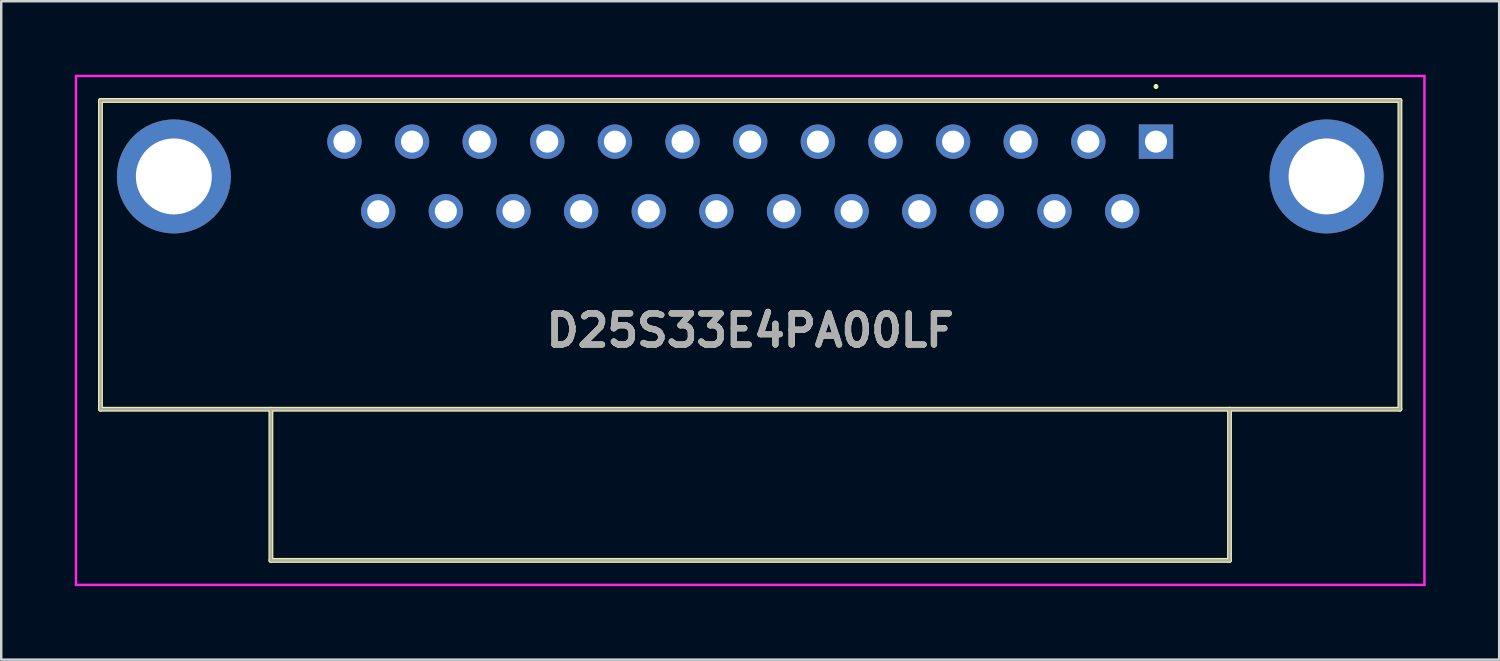
<source format=kicad_pcb>
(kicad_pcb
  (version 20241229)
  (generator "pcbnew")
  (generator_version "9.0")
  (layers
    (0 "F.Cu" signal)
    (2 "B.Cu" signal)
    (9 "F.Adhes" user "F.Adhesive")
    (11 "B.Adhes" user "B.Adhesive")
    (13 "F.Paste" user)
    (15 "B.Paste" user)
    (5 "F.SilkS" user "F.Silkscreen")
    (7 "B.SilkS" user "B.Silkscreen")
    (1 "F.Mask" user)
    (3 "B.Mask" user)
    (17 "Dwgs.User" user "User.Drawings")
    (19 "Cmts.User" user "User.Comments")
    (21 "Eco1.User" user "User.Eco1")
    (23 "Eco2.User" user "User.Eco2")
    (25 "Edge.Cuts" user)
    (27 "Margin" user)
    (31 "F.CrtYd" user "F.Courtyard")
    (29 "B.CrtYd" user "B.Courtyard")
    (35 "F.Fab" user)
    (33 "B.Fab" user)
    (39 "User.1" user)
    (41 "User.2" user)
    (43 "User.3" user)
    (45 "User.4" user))
  (footprint "D25S33E4PA00LF"
    (layer "F.Cu")
    (at 44.125 2.73)
    (property "Reference" "D25S33E4PA00LF" (at -16.56 7.705 0) (layer "F.SilkS") (effects (font (size 1.27 1.27) (thickness 0.254))))
    (attr through_hole)
    (fp_line (start -43.075 -1.68) (end 9.955 -1.68) (stroke (width 0.2) (type solid)) (layer "F.SilkS"))
    (fp_line (start -43.075 10.92) (end -43.075 -1.68) (stroke (width 0.2) (type solid)) (layer "F.SilkS"))
    (fp_line (start -36.12 10.92) (end -36.12 17.09) (stroke (width 0.2) (type solid)) (layer "F.SilkS"))
    (fp_line (start -36.12 17.09) (end 3 17.09) (stroke (width 0.2) (type solid)) (layer "F.SilkS"))
    (fp_line (start 0 -2.3) (end 0 -2.3) (stroke (width 0.1) (type solid)) (layer "F.SilkS"))
    (fp_line (start 0 -2.2) (end 0 -2.2) (stroke (width 0.1) (type solid)) (layer "F.SilkS"))
    (fp_line (start 3 17.09) (end 3 10.92) (stroke (width 0.2) (type solid)) (layer "F.SilkS"))
    (fp_line (start 9.955 -1.68) (end 9.955 10.92) (stroke (width 0.2) (type solid)) (layer "F.SilkS"))
    (fp_line (start 9.955 10.92) (end -43.075 10.92) (stroke (width 0.2) (type solid)) (layer "F.SilkS"))
    (fp_arc (start 0 -2.3) (mid 0.05 -2.25) (end 0 -2.2) (stroke (width 0.1) (type solid)) (layer "F.SilkS"))
    (fp_arc (start 0 -2.2) (mid -0.05 -2.25) (end 0 -2.3) (stroke (width 0.1) (type solid)) (layer "F.SilkS"))
    (fp_line (start -44.075 -2.68) (end 10.955 -2.68) (stroke (width 0.1) (type solid)) (layer "F.CrtYd"))
    (fp_line (start -44.075 18.09) (end -44.075 -2.68) (stroke (width 0.1) (type solid)) (layer "F.CrtYd"))
    (fp_line (start 10.955 -2.68) (end 10.955 18.09) (stroke (width 0.1) (type solid)) (layer "F.CrtYd"))
    (fp_line (start 10.955 18.09) (end -44.075 18.09) (stroke (width 0.1) (type solid)) (layer "F.CrtYd"))
    (fp_line (start -43.075 -1.68) (end 9.955 -1.68) (stroke (width 0.1) (type solid)) (layer "F.Fab"))
    (fp_line (start -43.075 10.92) (end -43.075 -1.68) (stroke (width 0.1) (type solid)) (layer "F.Fab"))
    (fp_line (start -36.12 10.92) (end -36.12 17.09) (stroke (width 0.1) (type solid)) (layer "F.Fab"))
    (fp_line (start -36.12 17.09) (end 3 17.09) (stroke (width 0.1) (type solid)) (layer "F.Fab"))
    (fp_line (start 3 17.09) (end 3 10.92) (stroke (width 0.1) (type solid)) (layer "F.Fab"))
    (fp_line (start 9.955 -1.68) (end 9.955 10.92) (stroke (width 0.1) (type solid)) (layer "F.Fab"))
    (fp_line (start 9.955 10.92) (end -43.075 10.92) (stroke (width 0.1) (type solid)) (layer "F.Fab"))
    (fp_text user "${REFERENCE}" (at -16.56 7.705 0) (layer "F.Fab") (effects (font (size 1.27 1.27) (thickness 0.254))))
    (pad "1" thru_hole rect (at 0 0) (size 1.4 1.4) (drill 0.9) (layers "*.Cu" "*.Mask"))
    (pad "2" thru_hole circle (at -2.76 0) (size 1.4 1.4) (drill 0.9) (layers "*.Cu" "*.Mask"))
    (pad "3" thru_hole circle (at -5.52 0) (size 1.4 1.4) (drill 0.9) (layers "*.Cu" "*.Mask"))
    (pad "4" thru_hole circle (at -8.28 0) (size 1.4 1.4) (drill 0.9) (layers "*.Cu" "*.Mask"))
    (pad "5" thru_hole circle (at -11.04 0) (size 1.4 1.4) (drill 0.9) (layers "*.Cu" "*.Mask"))
    (pad "6" thru_hole circle (at -13.8 0) (size 1.4 1.4) (drill 0.9) (layers "*.Cu" "*.Mask"))
    (pad "7" thru_hole circle (at -16.56 0) (size 1.4 1.4) (drill 0.9) (layers "*.Cu" "*.Mask"))
    (pad "8" thru_hole circle (at -19.32 0) (size 1.4 1.4) (drill 0.9) (layers "*.Cu" "*.Mask"))
    (pad "9" thru_hole circle (at -22.08 0) (size 1.4 1.4) (drill 0.9) (layers "*.Cu" "*.Mask"))
    (pad "10" thru_hole circle (at -24.84 0) (size 1.4 1.4) (drill 0.9) (layers "*.Cu" "*.Mask"))
    (pad "11" thru_hole circle (at -27.6 0) (size 1.4 1.4) (drill 0.9) (layers "*.Cu" "*.Mask"))
    (pad "12" thru_hole circle (at -30.36 0) (size 1.4 1.4) (drill 0.9) (layers "*.Cu" "*.Mask"))
    (pad "13" thru_hole circle (at -33.12 0) (size 1.4 1.4) (drill 0.9) (layers "*.Cu" "*.Mask"))
    (pad "14" thru_hole circle (at -1.38 2.84) (size 1.4 1.4) (drill 0.9) (layers "*.Cu" "*.Mask"))
    (pad "15" thru_hole circle (at -4.14 2.84) (size 1.4 1.4) (drill 0.9) (layers "*.Cu" "*.Mask"))
    (pad "16" thru_hole circle (at -6.9 2.84) (size 1.4 1.4) (drill 0.9) (layers "*.Cu" "*.Mask"))
    (pad "17" thru_hole circle (at -9.66 2.84) (size 1.4 1.4) (drill 0.9) (layers "*.Cu" "*.Mask"))
    (pad "18" thru_hole circle (at -12.42 2.84) (size 1.4 1.4) (drill 0.9) (layers "*.Cu" "*.Mask"))
    (pad "19" thru_hole circle (at -15.18 2.84) (size 1.4 1.4) (drill 0.9) (layers "*.Cu" "*.Mask"))
    (pad "20" thru_hole circle (at -17.94 2.84) (size 1.4 1.4) (drill 0.9) (layers "*.Cu" "*.Mask"))
    (pad "21" thru_hole circle (at -20.7 2.84) (size 1.4 1.4) (drill 0.9) (layers "*.Cu" "*.Mask"))
    (pad "22" thru_hole circle (at -23.46 2.84) (size 1.4 1.4) (drill 0.9) (layers "*.Cu" "*.Mask"))
    (pad "23" thru_hole circle (at -26.22 2.84) (size 1.4 1.4) (drill 0.9) (layers "*.Cu" "*.Mask"))
    (pad "24" thru_hole circle (at -28.98 2.84) (size 1.4 1.4) (drill 0.9) (layers "*.Cu" "*.Mask"))
    (pad "25" thru_hole circle (at -31.74 2.84) (size 1.4 1.4) (drill 0.9) (layers "*.Cu" "*.Mask"))
    (pad "MH1" thru_hole circle (at -40.08 1.42) (size 4.65 4.65) (drill 3.1) (layers "*.Cu" "*.Mask"))
    (pad "MH2" thru_hole circle (at 6.96 1.42) (size 4.65 4.65) (drill 3.1) (layers "*.Cu" "*.Mask")))
  (gr_rect
    (start -3 -3)
    (end 58.13 23.87)
    (stroke (width 0.1) (type default))
    (fill no)
    (layer "Edge.Cuts")))
</source>
